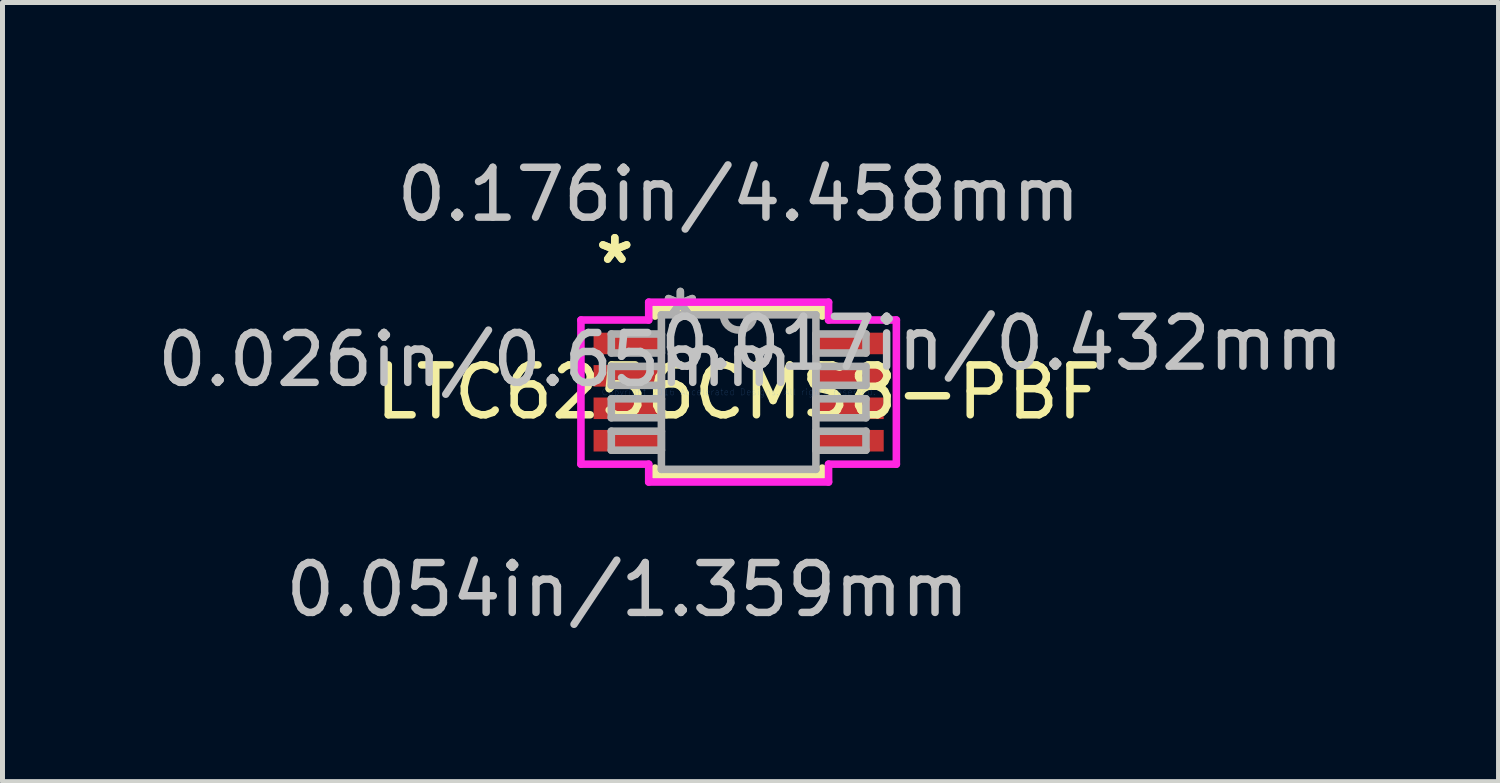
<source format=kicad_pcb>
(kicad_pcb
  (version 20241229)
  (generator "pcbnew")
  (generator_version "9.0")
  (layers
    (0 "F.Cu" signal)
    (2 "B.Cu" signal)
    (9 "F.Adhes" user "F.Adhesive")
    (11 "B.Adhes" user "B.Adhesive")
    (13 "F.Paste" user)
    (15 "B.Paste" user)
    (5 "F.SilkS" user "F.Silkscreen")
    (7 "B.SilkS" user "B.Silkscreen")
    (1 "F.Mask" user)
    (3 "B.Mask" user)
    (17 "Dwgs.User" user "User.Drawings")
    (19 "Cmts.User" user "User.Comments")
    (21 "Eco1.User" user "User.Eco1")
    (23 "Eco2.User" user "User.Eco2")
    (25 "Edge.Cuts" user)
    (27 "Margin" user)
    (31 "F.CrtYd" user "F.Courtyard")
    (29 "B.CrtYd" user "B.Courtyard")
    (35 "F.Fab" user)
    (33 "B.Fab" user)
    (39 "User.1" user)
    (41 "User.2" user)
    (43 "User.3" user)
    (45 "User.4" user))
  (footprint "LTC6256CMS8-PBF"
    (layer "F.Cu")
    (at 11.759 4.811)
    (property "Reference" "LTC6256CMS8-PBF" (at 0 0 0) (layer "F.SilkS") (effects (font (size 1 1) (thickness 0.15))))
    (attr through_hole)
    (fp_line (start -1.676 -1.676) (end -1.676 -1.524) (stroke (width 0.152) (type solid)) (layer "F.SilkS"))
    (fp_line (start -1.676 1.524) (end -1.676 1.676) (stroke (width 0.152) (type solid)) (layer "F.SilkS"))
    (fp_line (start -1.676 1.676) (end 1.676 1.676) (stroke (width 0.152) (type solid)) (layer "F.SilkS"))
    (fp_line (start 1.676 -1.676) (end -1.676 -1.676) (stroke (width 0.152) (type solid)) (layer "F.SilkS"))
    (fp_line (start 1.676 -1.524) (end 1.676 -1.676) (stroke (width 0.152) (type solid)) (layer "F.SilkS"))
    (fp_line (start 1.676 1.676) (end 1.676 1.524) (stroke (width 0.152) (type solid)) (layer "F.SilkS"))
    (fp_line (start -3.162 -1.445) (end -1.803 -1.445) (stroke (width 0.152) (type solid)) (layer "F.CrtYd"))
    (fp_line (start -3.162 1.445) (end -3.162 -1.445) (stroke (width 0.152) (type solid)) (layer "F.CrtYd"))
    (fp_line (start -1.803 -1.803) (end 1.803 -1.803) (stroke (width 0.152) (type solid)) (layer "F.CrtYd"))
    (fp_line (start -1.803 -1.445) (end -1.803 -1.803) (stroke (width 0.152) (type solid)) (layer "F.CrtYd"))
    (fp_line (start -1.803 1.445) (end -3.162 1.445) (stroke (width 0.152) (type solid)) (layer "F.CrtYd"))
    (fp_line (start -1.803 1.803) (end -1.803 1.445) (stroke (width 0.152) (type solid)) (layer "F.CrtYd"))
    (fp_line (start 1.803 -1.803) (end 1.803 -1.445) (stroke (width 0.152) (type solid)) (layer "F.CrtYd"))
    (fp_line (start 1.803 -1.445) (end 3.162 -1.445) (stroke (width 0.152) (type solid)) (layer "F.CrtYd"))
    (fp_line (start 1.803 1.445) (end 1.803 1.803) (stroke (width 0.152) (type solid)) (layer "F.CrtYd"))
    (fp_line (start 1.803 1.803) (end -1.803 1.803) (stroke (width 0.152) (type solid)) (layer "F.CrtYd"))
    (fp_line (start 3.162 -1.445) (end 3.162 1.445) (stroke (width 0.152) (type solid)) (layer "F.CrtYd"))
    (fp_line (start 3.162 1.445) (end 1.803 1.445) (stroke (width 0.152) (type solid)) (layer "F.CrtYd"))
    (fp_line (start -2.553 -1.165) (end -2.553 -0.784) (stroke (width 0.152) (type solid)) (layer "F.Fab"))
    (fp_line (start -2.553 -0.784) (end -1.549 -0.784) (stroke (width 0.152) (type solid)) (layer "F.Fab"))
    (fp_line (start -2.553 -0.515) (end -2.553 -0.135) (stroke (width 0.152) (type solid)) (layer "F.Fab"))
    (fp_line (start -2.553 -0.135) (end -1.549 -0.135) (stroke (width 0.152) (type solid)) (layer "F.Fab"))
    (fp_line (start -2.553 0.135) (end -2.553 0.515) (stroke (width 0.152) (type solid)) (layer "F.Fab"))
    (fp_line (start -2.553 0.515) (end -1.549 0.515) (stroke (width 0.152) (type solid)) (layer "F.Fab"))
    (fp_line (start -2.553 0.784) (end -2.553 1.165) (stroke (width 0.152) (type solid)) (layer "F.Fab"))
    (fp_line (start -2.553 1.165) (end -1.549 1.165) (stroke (width 0.152) (type solid)) (layer "F.Fab"))
    (fp_line (start -1.549 -1.549) (end -1.549 1.549) (stroke (width 0.152) (type solid)) (layer "F.Fab"))
    (fp_line (start -1.549 -1.165) (end -2.553 -1.165) (stroke (width 0.152) (type solid)) (layer "F.Fab"))
    (fp_line (start -1.549 -0.784) (end -1.549 -1.165) (stroke (width 0.152) (type solid)) (layer "F.Fab"))
    (fp_line (start -1.549 -0.515) (end -2.553 -0.515) (stroke (width 0.152) (type solid)) (layer "F.Fab"))
    (fp_line (start -1.549 -0.135) (end -1.549 -0.515) (stroke (width 0.152) (type solid)) (layer "F.Fab"))
    (fp_line (start -1.549 0.135) (end -2.553 0.135) (stroke (width 0.152) (type solid)) (layer "F.Fab"))
    (fp_line (start -1.549 0.515) (end -1.549 0.135) (stroke (width 0.152) (type solid)) (layer "F.Fab"))
    (fp_line (start -1.549 0.784) (end -2.553 0.784) (stroke (width 0.152) (type solid)) (layer "F.Fab"))
    (fp_line (start -1.549 1.165) (end -1.549 0.784) (stroke (width 0.152) (type solid)) (layer "F.Fab"))
    (fp_line (start -1.549 1.549) (end 1.549 1.549) (stroke (width 0.152) (type solid)) (layer "F.Fab"))
    (fp_line (start 1.549 -1.549) (end -1.549 -1.549) (stroke (width 0.152) (type solid)) (layer "F.Fab"))
    (fp_line (start 1.549 -1.165) (end 1.549 -0.784) (stroke (width 0.152) (type solid)) (layer "F.Fab"))
    (fp_line (start 1.549 -0.784) (end 2.553 -0.784) (stroke (width 0.152) (type solid)) (layer "F.Fab"))
    (fp_line (start 1.549 -0.515) (end 1.549 -0.135) (stroke (width 0.152) (type solid)) (layer "F.Fab"))
    (fp_line (start 1.549 -0.135) (end 2.553 -0.135) (stroke (width 0.152) (type solid)) (layer "F.Fab"))
    (fp_line (start 1.549 0.135) (end 1.549 0.515) (stroke (width 0.152) (type solid)) (layer "F.Fab"))
    (fp_line (start 1.549 0.515) (end 2.553 0.515) (stroke (width 0.152) (type solid)) (layer "F.Fab"))
    (fp_line (start 1.549 0.784) (end 1.549 1.165) (stroke (width 0.152) (type solid)) (layer "F.Fab"))
    (fp_line (start 1.549 1.165) (end 2.553 1.165) (stroke (width 0.152) (type solid)) (layer "F.Fab"))
    (fp_line (start 1.549 1.549) (end 1.549 -1.549) (stroke (width 0.152) (type solid)) (layer "F.Fab"))
    (fp_line (start 2.553 -1.165) (end 1.549 -1.165) (stroke (width 0.152) (type solid)) (layer "F.Fab"))
    (fp_line (start 2.553 -0.784) (end 2.553 -1.165) (stroke (width 0.152) (type solid)) (layer "F.Fab"))
    (fp_line (start 2.553 -0.515) (end 1.549 -0.515) (stroke (width 0.152) (type solid)) (layer "F.Fab"))
    (fp_line (start 2.553 -0.135) (end 2.553 -0.515) (stroke (width 0.152) (type solid)) (layer "F.Fab"))
    (fp_line (start 2.553 0.135) (end 1.549 0.135) (stroke (width 0.152) (type solid)) (layer "F.Fab"))
    (fp_line (start 2.553 0.515) (end 2.553 0.135) (stroke (width 0.152) (type solid)) (layer "F.Fab"))
    (fp_line (start 2.553 0.784) (end 1.549 0.784) (stroke (width 0.152) (type solid)) (layer "F.Fab"))
    (fp_line (start 2.553 1.165) (end 2.553 0.784) (stroke (width 0.152) (type solid)) (layer "F.Fab"))
    (fp_arc (start 0.3048 -1.5494) (mid 0 -1.2446) (end -0.3048 -1.5494) (stroke (width 0.1524) (type solid)) (layer "F.Fab"))
    (fp_text user "*" (at -2.483 -2.55 0) (layer "F.SilkS") (effects (font (size 1 1) (thickness 0.15))))
    (fp_text user "*" (at -2.483 -2.55 0) (layer "F.SilkS") (effects (font (size 1 1) (thickness 0.15))))
    (fp_text user "0.026in/0.65mm" (at -5.277 -0.65 0) (layer "Dwgs.User") (effects (font (size 1 1) (thickness 0.15))))
    (fp_text user "0.054in/1.359mm" (at -2.229 3.962 0) (layer "Dwgs.User") (effects (font (size 1 1) (thickness 0.15))))
    (fp_text user "0.017in/0.432mm" (at 5.277 -0.975 0) (layer "Dwgs.User") (effects (font (size 1 1) (thickness 0.15))))
    (fp_text user "0.176in/4.458mm" (at 0 -3.962 0) (layer "Dwgs.User") (effects (font (size 1 1) (thickness 0.15))))
    (fp_text user "Copyright 2016 Accelerated Designs. All rights reserved." (at 0 0 0) (layer "Cmts.User") (effects (font (size 0.127 0.127) (thickness 0.002))))
    (fp_text user "*" (at -1.168 -1.473 0) (layer "F.Fab") (effects (font (size 1 1) (thickness 0.15))))
    (fp_text user "*" (at -1.168 -1.473 0) (layer "F.Fab") (effects (font (size 1 1) (thickness 0.15))))
    (pad "1" smd rect (at -2.229 -0.975) (size 1.359 0.432) (layers "F.Cu" "F.Mask" "F.Paste"))
    (pad "2" smd rect (at -2.229 -0.325) (size 1.359 0.432) (layers "F.Cu" "F.Mask" "F.Paste"))
    (pad "3" smd rect (at -2.229 0.325) (size 1.359 0.432) (layers "F.Cu" "F.Mask" "F.Paste"))
    (pad "4" smd rect (at -2.229 0.975) (size 1.359 0.432) (layers "F.Cu" "F.Mask" "F.Paste"))
    (pad "5" smd rect (at 2.229 0.975) (size 1.359 0.432) (layers "F.Cu" "F.Mask" "F.Paste"))
    (pad "6" smd rect (at 2.229 0.325) (size 1.359 0.432) (layers "F.Cu" "F.Mask" "F.Paste"))
    (pad "7" smd rect (at 2.229 -0.325) (size 1.359 0.432) (layers "F.Cu" "F.Mask" "F.Paste"))
    (pad "8" smd rect (at 2.229 -0.975) (size 1.359 0.432) (layers "F.Cu" "F.Mask" "F.Paste")))
  (gr_rect
    (start -3 -3)
    (end 26.994 12.621)
    (stroke (width 0.1) (type default))
    (fill no)
    (layer "Edge.Cuts")))
</source>
